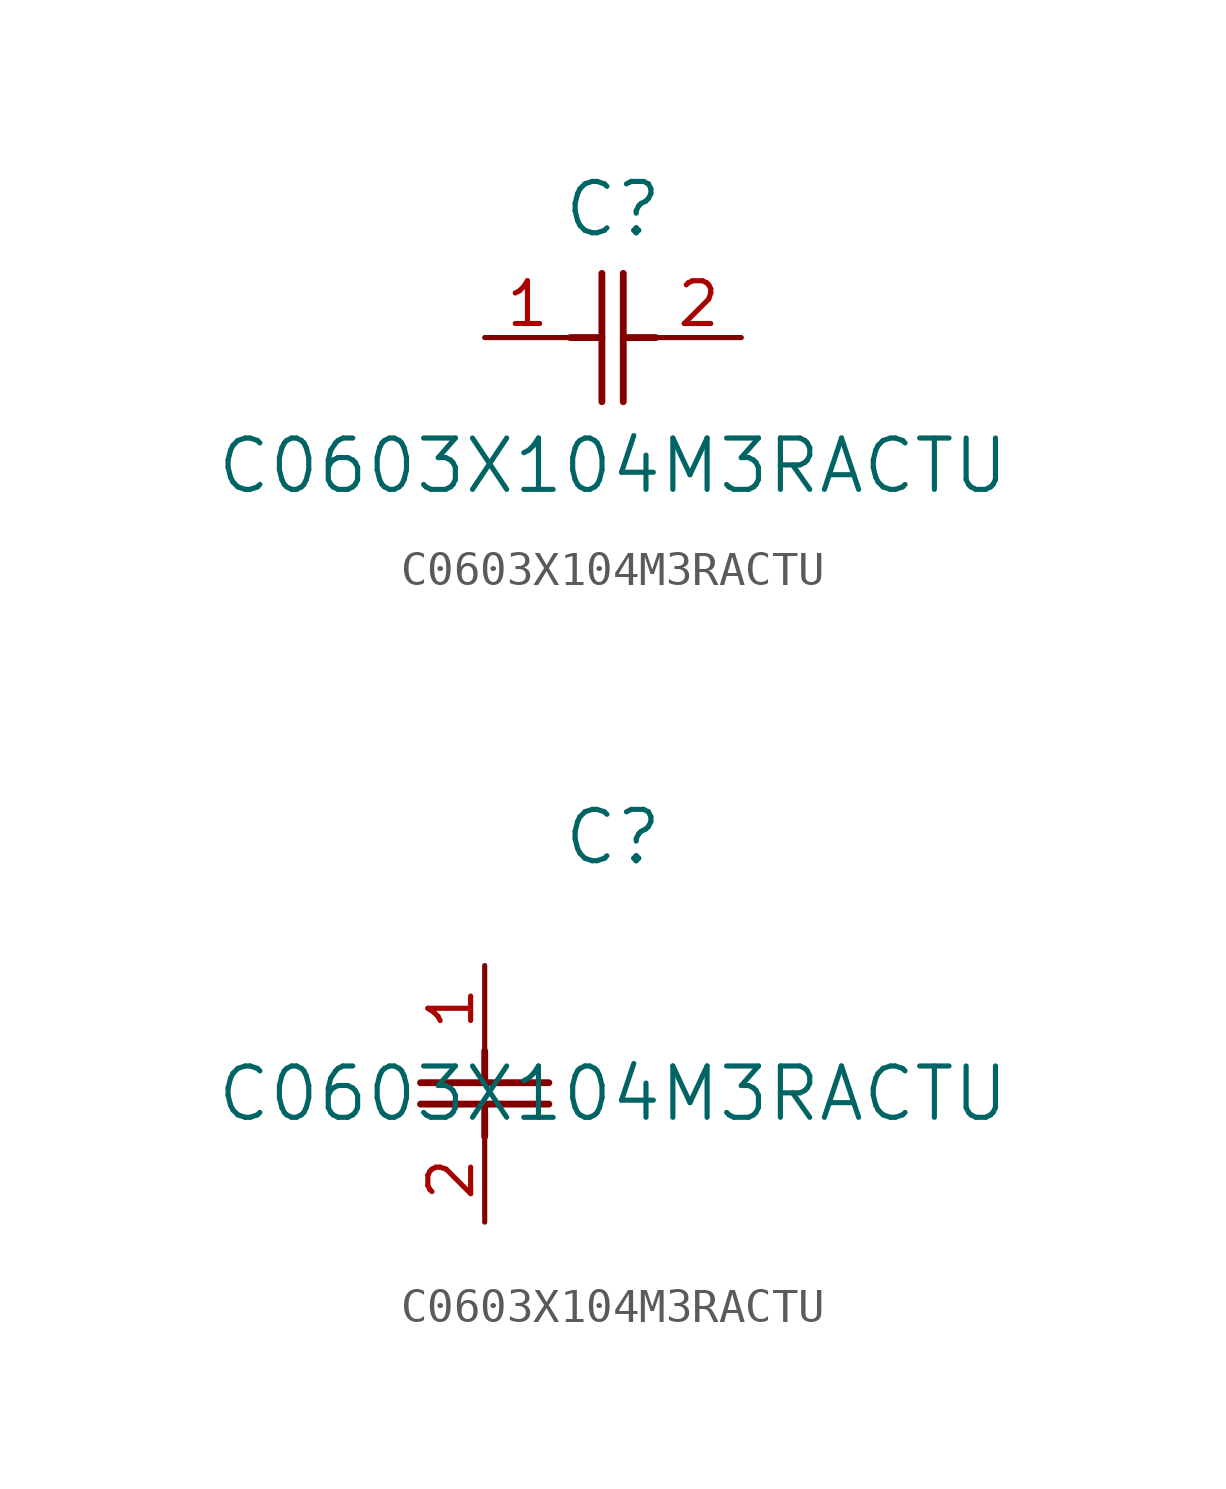
<source format=kicad_sym>
(kicad_symbol_lib
  (version 20211014)
  (generator kicad_symbol_editor)
  (symbol "C0603X104M3RACTU"
    (pin_names
      (offset 0.254))
    (property "Reference" "C"
      (at 3.81 3.81 0)
      (effects (font (size 1.524 1.524))))
    (property "Value" "C0603X104M3RACTU"
      (at 3.81 -3.81 0)
      (effects (font (size 1.524 1.524))))
    (symbol "C0603X104M3RACTU_1_1"
      (polyline (pts (xy 3.48 -1.905) (xy 3.48 1.905)) (stroke (width 0.203) (type default) (color 0 0 0 0)) (fill (type none)))
      (polyline (pts (xy 4.115 -1.905) (xy 4.115 1.905)) (stroke (width 0.203) (type default) (color 0 0 0 0)) (fill (type none)))
      (polyline (pts (xy 4.115 0) (xy 5.08 0)) (stroke (width 0.203) (type default) (color 0 0 0 0)) (fill (type none)))
      (polyline (pts (xy 2.54 0) (xy 3.48 0)) (stroke (width 0.203) (type default) (color 0 0 0 0)) (fill (type none)))
      (pin unspecified line (at 0 0 0) (length 2.54) (name "" (effects (font (size 1.27 1.27)))) (number "1" (effects (font (size 1.27 1.27)))))
      (pin unspecified line (at 7.62 0 180) (length 2.54) (name "" (effects (font (size 1.27 1.27)))) (number "2" (effects (font (size 1.27 1.27))))))
    (symbol "C0603X104M3RACTU_1_2"
      (polyline (pts (xy -1.905 -3.48) (xy 1.905 -3.48)) (stroke (width 0.203) (type default) (color 0 0 0 0)) (fill (type none)))
      (polyline (pts (xy -1.905 -4.115) (xy 1.905 -4.115)) (stroke (width 0.203) (type default) (color 0 0 0 0)) (fill (type none)))
      (polyline (pts (xy 0 -4.115) (xy 0 -5.08)) (stroke (width 0.203) (type default) (color 0 0 0 0)) (fill (type none)))
      (polyline (pts (xy 0 -2.54) (xy 0 -3.48)) (stroke (width 0.203) (type default) (color 0 0 0 0)) (fill (type none)))
      (pin unspecified line (at 0 0 270) (length 2.54) (name "" (effects (font (size 1.27 1.27)))) (number "1" (effects (font (size 1.27 1.27)))))
      (pin unspecified line (at 0 -7.62 90) (length 2.54) (name "" (effects (font (size 1.27 1.27)))) (number "2" (effects (font (size 1.27 1.27))))))))
</source>
